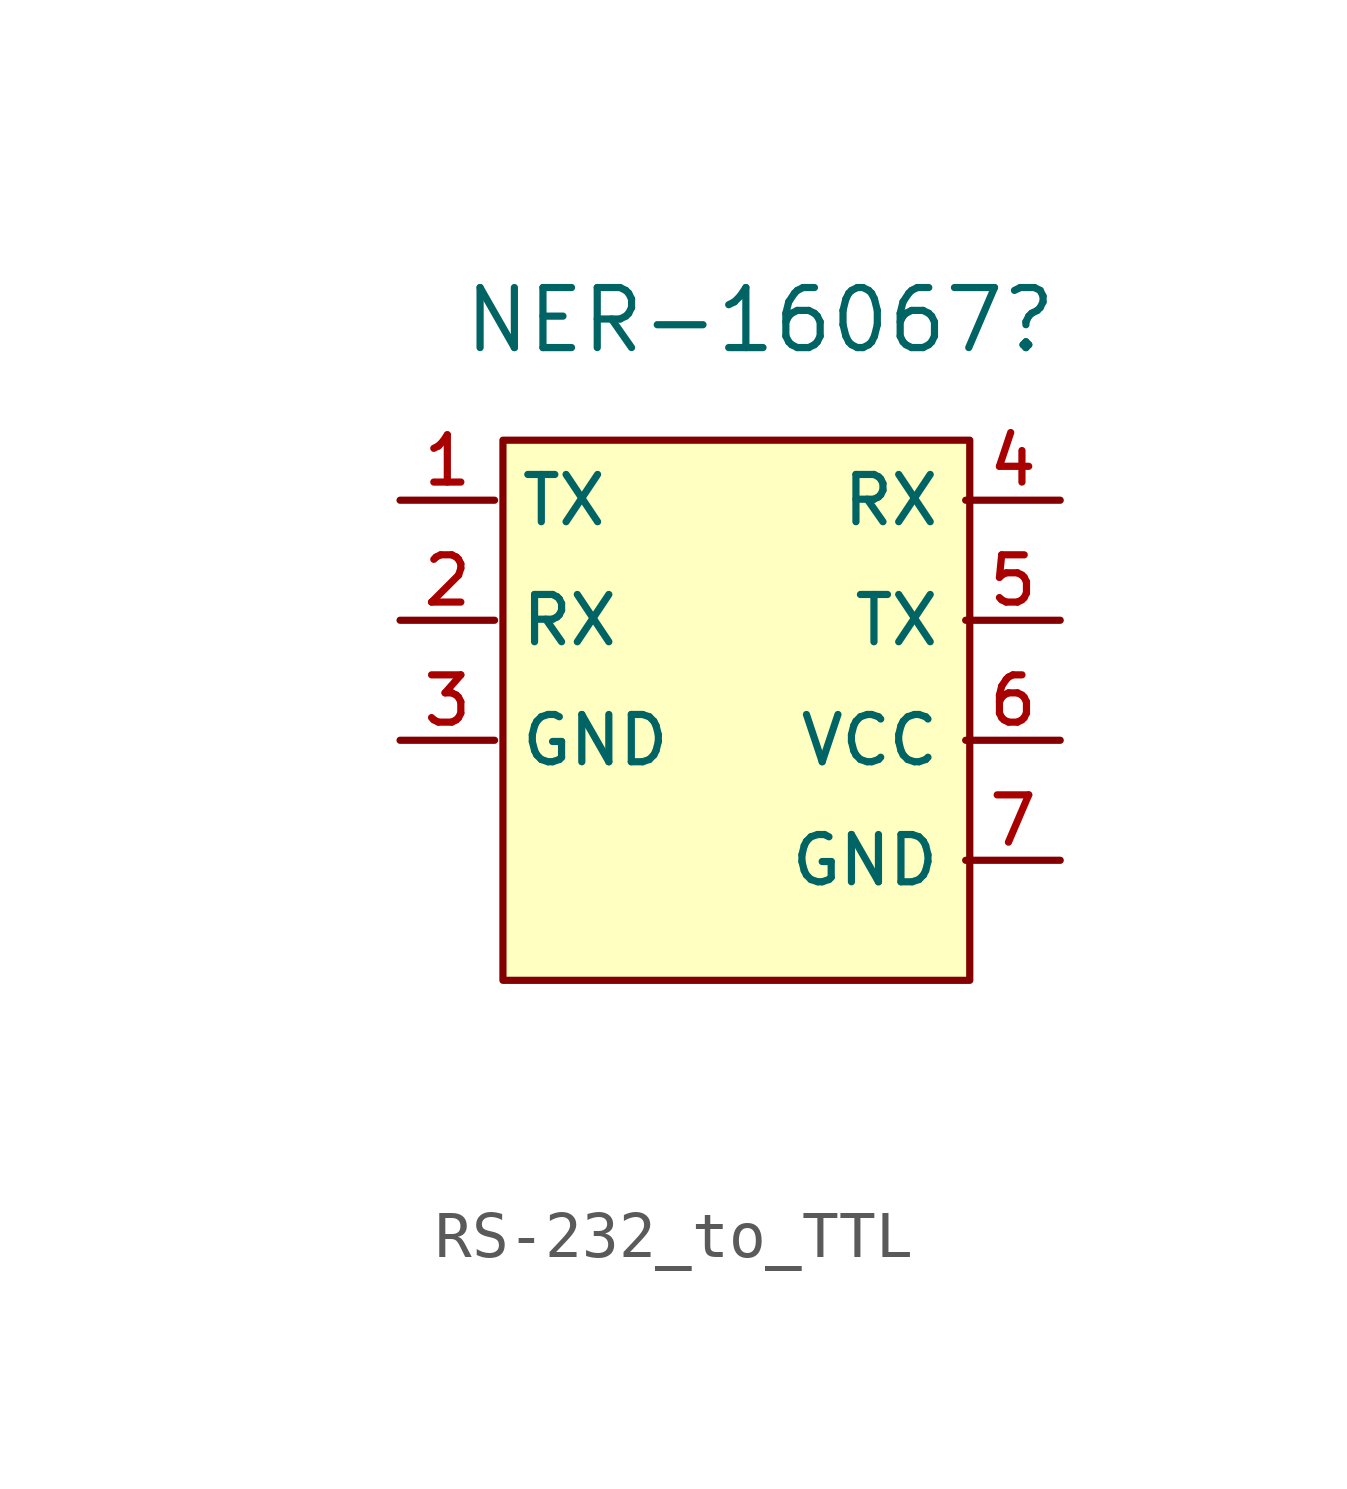
<source format=kicad_sym>
(kicad_symbol_lib
  (version 20220914)
  (generator kicad_symbol_editor)
  (symbol "RS-232_to_TTL"
    (property "Reference" "NER-16067"
      (at 10.16 16.51 0)
      (effects (font (size 1.27 1.27))))
    (property "Value" ""
      (at 0 0 0)
      (effects (font (size 1.27 1.27))))
    (symbol "RS-232_to_TTL_1_1"
      (rectangle (start 4.717 13.97) (end 14.596 2.54) (stroke (width 0) (type default)) (fill (type background)))
      (pin input line (at 2.54 12.7 0) (length 2) (name "TX" (effects (font (size 1 1)))) (number "1" (effects (font (size 1 1)))))
      (pin input line (at 2.54 10.16 0) (length 2) (name "RX" (effects (font (size 1 1)))) (number "2" (effects (font (size 1 1)))))
      (pin input line (at 2.54 7.62 0) (length 2) (name "GND" (effects (font (size 1 1)))) (number "3" (effects (font (size 1 1)))))
      (pin output line (at 16.51 12.7 180) (length 2) (name "RX" (effects (font (size 1 1)))) (number "4" (effects (font (size 1 1)))))
      (pin output line (at 16.51 10.16 180) (length 2) (name "TX" (effects (font (size 1 1)))) (number "5" (effects (font (size 1 1)))))
      (pin output line (at 16.51 7.62 180) (length 2) (name "VCC" (effects (font (size 1 1)))) (number "6" (effects (font (size 1 1)))))
      (pin output line (at 16.51 5.08 180) (length 2) (name "GND" (effects (font (size 1 1)))) (number "7" (effects (font (size 1 1))))))))
</source>
